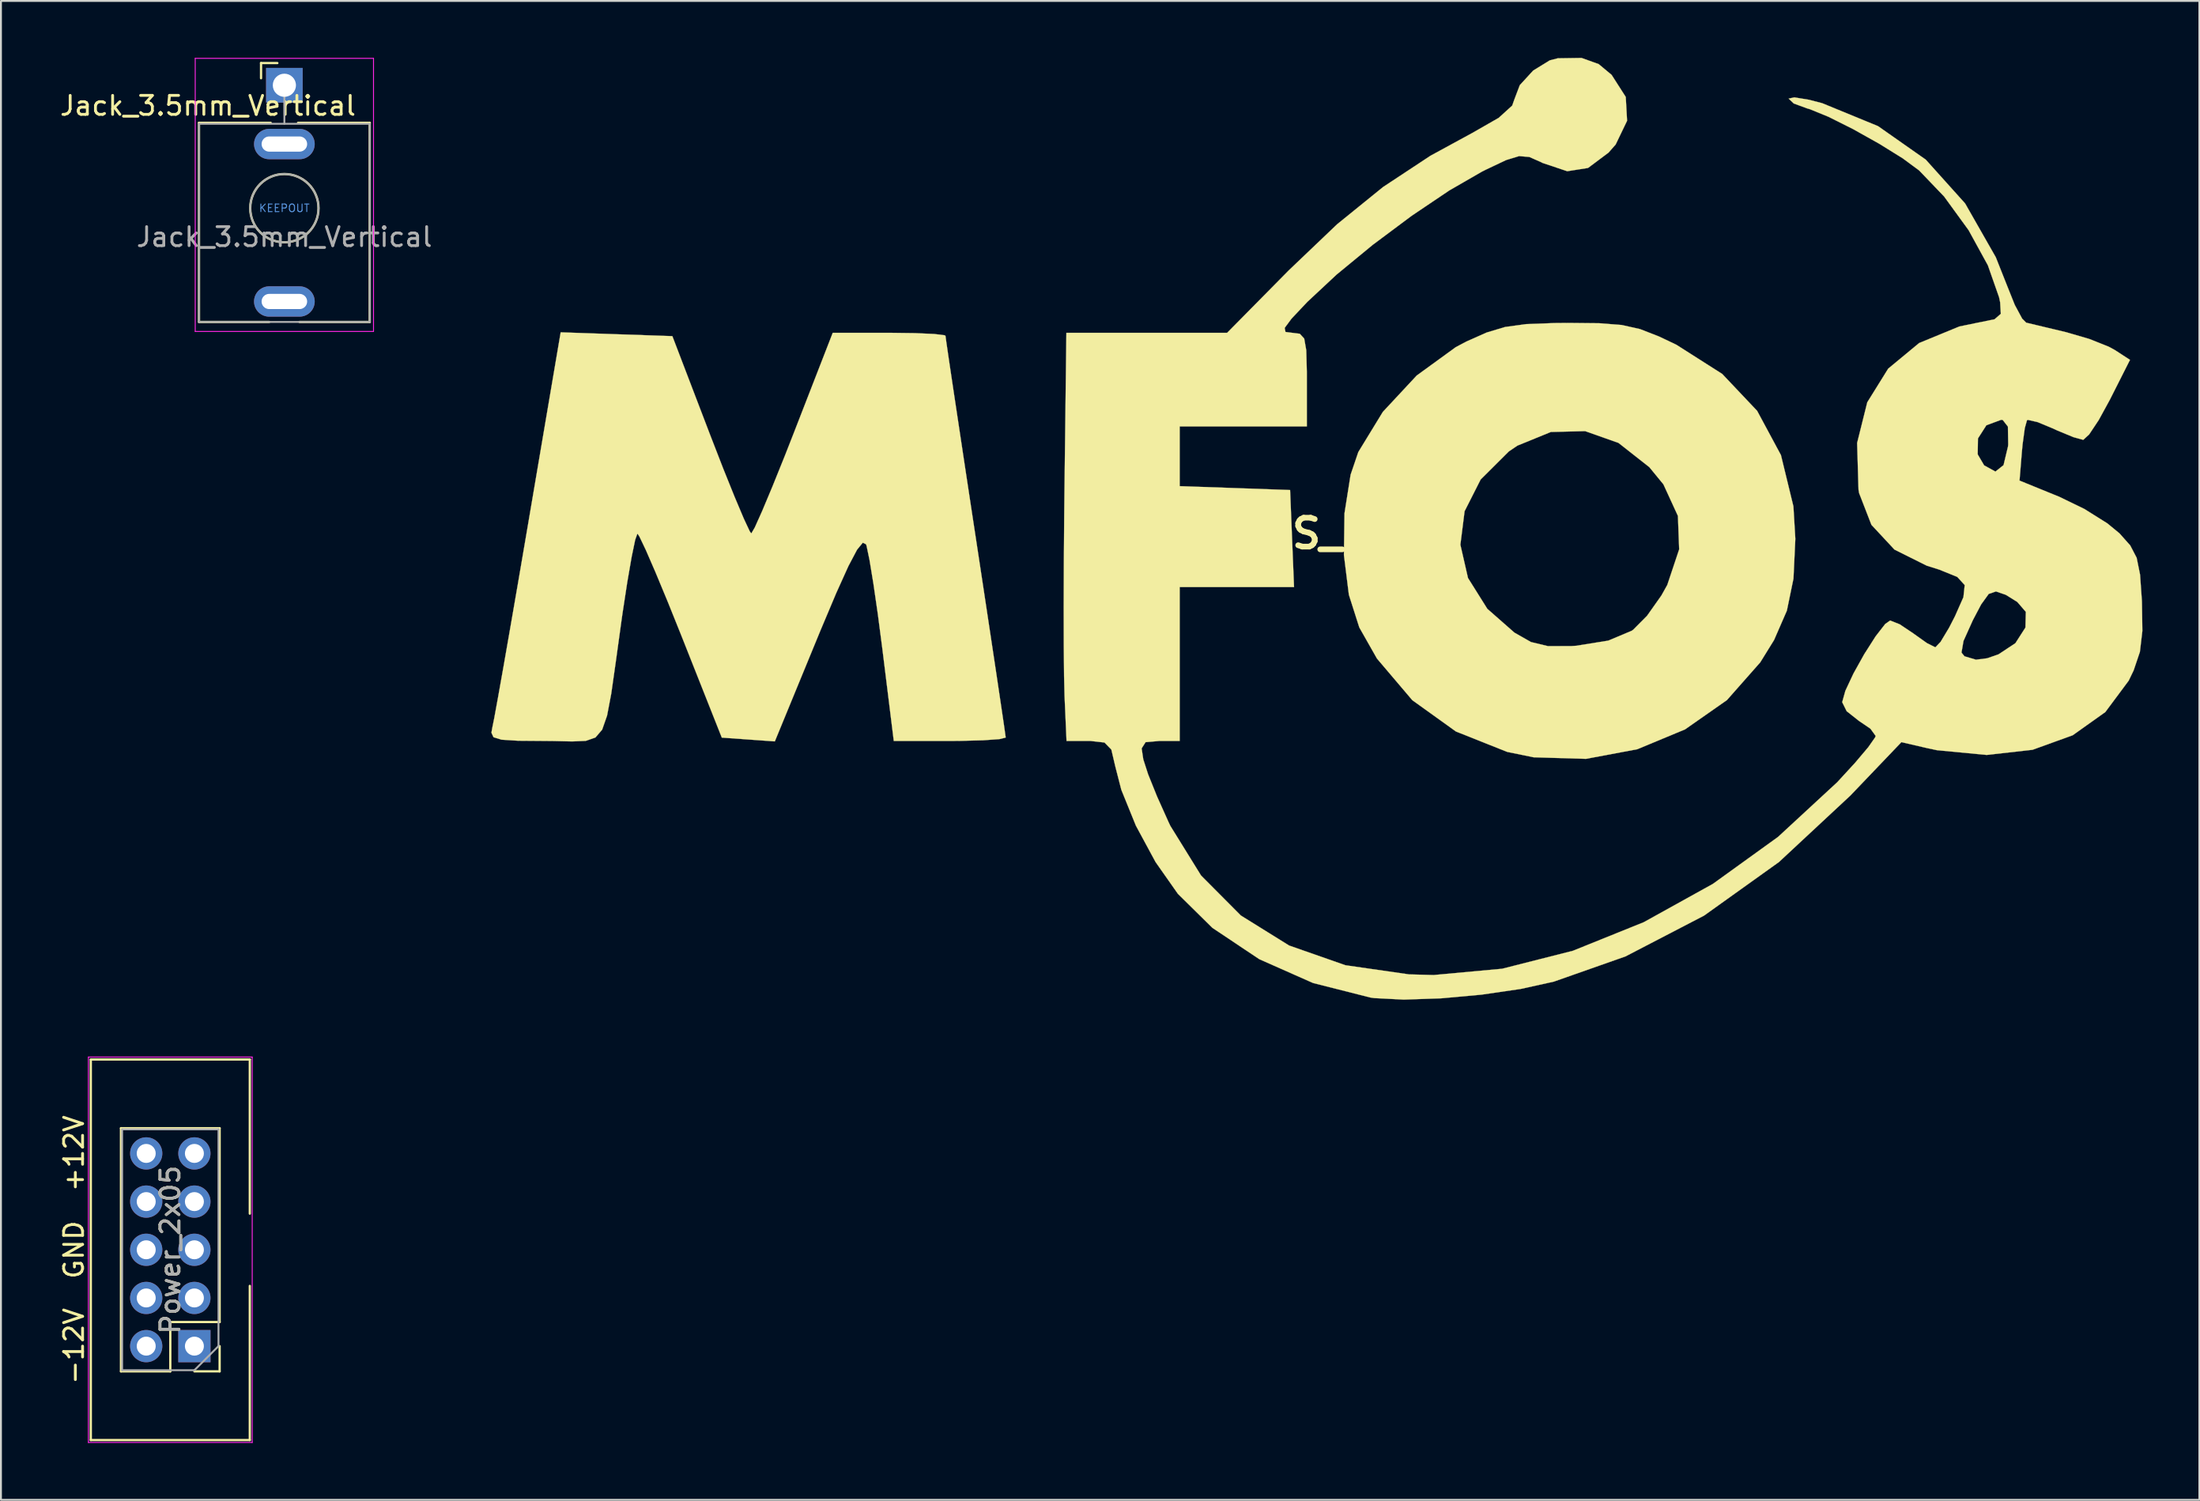
<source format=kicad_pcb>
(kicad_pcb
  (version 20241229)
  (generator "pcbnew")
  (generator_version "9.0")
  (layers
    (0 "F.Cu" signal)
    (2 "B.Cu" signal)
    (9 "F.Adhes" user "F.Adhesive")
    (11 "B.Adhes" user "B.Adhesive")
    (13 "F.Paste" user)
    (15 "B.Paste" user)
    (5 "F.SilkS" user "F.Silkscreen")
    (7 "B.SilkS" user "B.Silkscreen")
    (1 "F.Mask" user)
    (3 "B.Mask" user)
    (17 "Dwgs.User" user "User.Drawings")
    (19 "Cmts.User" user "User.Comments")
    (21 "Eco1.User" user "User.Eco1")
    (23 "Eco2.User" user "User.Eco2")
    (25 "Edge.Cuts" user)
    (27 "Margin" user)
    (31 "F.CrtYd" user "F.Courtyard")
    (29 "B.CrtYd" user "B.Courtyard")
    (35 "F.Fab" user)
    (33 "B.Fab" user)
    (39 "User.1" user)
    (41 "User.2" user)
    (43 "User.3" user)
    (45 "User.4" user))
  (footprint "Power_2x05"
    (layer "F.Cu")
    (at 4.658 57.762)
    (property "Reference" "Power_2x05" (at 1.27 5.08 90) (unlocked yes) (layer "F.SilkS") (effects (font (size 1 1) (thickness 0.15))))
    (attr through_hole)
    (fp_line (start -2.921 -4.953) (end -2.921 15.113) (stroke (width 0.12) (type solid)) (layer "F.SilkS"))
    (fp_line (start -2.921 15.113) (end 5.461 15.113) (stroke (width 0.12) (type solid)) (layer "F.SilkS"))
    (fp_line (start -1.33 11.49) (end -1.33 -1.33) (stroke (width 0.12) (type solid)) (layer "F.SilkS"))
    (fp_line (start 1.27 8.89) (end 1.27 11.49) (stroke (width 0.12) (type solid)) (layer "F.SilkS"))
    (fp_line (start 1.27 11.49) (end -1.33 11.49) (stroke (width 0.12) (type solid)) (layer "F.SilkS"))
    (fp_line (start 3.87 -1.33) (end -1.33 -1.33) (stroke (width 0.12) (type solid)) (layer "F.SilkS"))
    (fp_line (start 3.87 8.89) (end 1.27 8.89) (stroke (width 0.12) (type solid)) (layer "F.SilkS"))
    (fp_line (start 3.87 8.89) (end 3.87 -1.33) (stroke (width 0.12) (type solid)) (layer "F.SilkS"))
    (fp_line (start 3.87 10.16) (end 3.87 11.49) (stroke (width 0.12) (type solid)) (layer "F.SilkS"))
    (fp_line (start 3.87 11.49) (end 2.54 11.49) (stroke (width 0.12) (type solid)) (layer "F.SilkS"))
    (fp_line (start 5.461 -4.953) (end -2.921 -4.953) (stroke (width 0.12) (type solid)) (layer "F.SilkS"))
    (fp_line (start 5.461 3.175) (end 5.461 -4.953) (stroke (width 0.12) (type solid)) (layer "F.SilkS"))
    (fp_line (start 5.461 15.113) (end 5.461 6.985) (stroke (width 0.12) (type solid)) (layer "F.SilkS"))
    (fp_line (start -3.048 -5.08) (end -3.048 15.24) (stroke (width 0.05) (type solid)) (layer "F.CrtYd"))
    (fp_line (start -3.048 15.24) (end 5.588 15.24) (stroke (width 0.05) (type solid)) (layer "F.CrtYd"))
    (fp_line (start 5.588 -5.08) (end -3.048 -5.08) (stroke (width 0.05) (type solid)) (layer "F.CrtYd"))
    (fp_line (start 5.588 15.24) (end 5.588 -5.08) (stroke (width 0.05) (type solid)) (layer "F.CrtYd"))
    (fp_line (start -1.27 -1.27) (end 3.81 -1.27) (stroke (width 0.1) (type solid)) (layer "F.Fab"))
    (fp_line (start -1.27 11.43) (end -1.27 -1.27) (stroke (width 0.1) (type solid)) (layer "F.Fab"))
    (fp_line (start 2.54 11.43) (end -1.27 11.43) (stroke (width 0.1) (type solid)) (layer "F.Fab"))
    (fp_line (start 3.81 -1.27) (end 3.81 10.16) (stroke (width 0.1) (type solid)) (layer "F.Fab"))
    (fp_line (start 3.81 10.16) (end 2.54 11.43) (stroke (width 0.1) (type solid)) (layer "F.Fab"))
    (fp_text user "-12V" (at -3.81 10.16 90) (unlocked yes) (layer "F.SilkS") (effects (font (size 1 1) (thickness 0.15))))
    (fp_text user "+12V" (at -3.81 0 90) (unlocked yes) (layer "F.SilkS") (effects (font (size 1 1) (thickness 0.15))))
    (fp_text user "GND" (at -3.81 5.08 90) (unlocked yes) (layer "F.SilkS") (effects (font (size 1 1) (thickness 0.15))))
    (fp_text user "${REFERENCE}" (at 1.27 5.08 270) (layer "F.Fab") (effects (font (size 1 1) (thickness 0.15))))
    (pad "1" thru_hole rect (at 2.54 10.16 180) (size 1.7 1.7) (drill 1) (layers "*.Cu" "*.Mask"))
    (pad "2" thru_hole oval (at 0 10.16 180) (size 1.7 1.7) (drill 1) (layers "*.Cu" "*.Mask"))
    (pad "3" thru_hole oval (at 2.54 7.62 180) (size 1.7 1.7) (drill 1) (layers "*.Cu" "*.Mask"))
    (pad "4" thru_hole oval (at 0 7.62 180) (size 1.7 1.7) (drill 1) (layers "*.Cu" "*.Mask"))
    (pad "5" thru_hole oval (at 2.54 5.08 180) (size 1.7 1.7) (drill 1) (layers "*.Cu" "*.Mask"))
    (pad "6" thru_hole oval (at 0 5.08 180) (size 1.7 1.7) (drill 1) (layers "*.Cu" "*.Mask"))
    (pad "7" thru_hole oval (at 2.54 2.54 180) (size 1.7 1.7) (drill 1) (layers "*.Cu" "*.Mask"))
    (pad "8" thru_hole oval (at 0 2.54 180) (size 1.7 1.7) (drill 1) (layers "*.Cu" "*.Mask"))
    (pad "9" thru_hole oval (at 2.54 0 180) (size 1.7 1.7) (drill 1) (layers "*.Cu" "*.Mask"))
    (pad "10" thru_hole oval (at 0 0 180) (size 1.7 1.7) (drill 1) (layers "*.Cu" "*.Mask")))
  (footprint "MFOS_logo"
    (layer "F.Cu")
    (at 66.547 25.079)
    (property "Reference" "MFOS_logo" (at 0 0 0) (layer "F.SilkS") (effects (font (size 1.524 1.524) (thickness 0.3))))
    (attr through_hole)
    (fp_poly (pts (xy 14.705 -11.087) (xy 15.89 -10.995) (xy 16.861 -10.778) (xy 17.863 -10.387) (xy 18.778 -9.951) (xy 21.193 -8.413) (xy 23.033 -6.468) (xy 24.288 -4.135) (xy 24.945 -1.434) (xy 25.047 0.28) (xy 24.948 2.38) (xy 24.6 4.068) (xy 23.925 5.616) (xy 23.198 6.791) (xy 21.441 8.782) (xy 19.236 10.325) (xy 16.715 11.373) (xy 14.009 11.88) (xy 11.25 11.798) (xy 9.853 11.512) (xy 7.154 10.437) (xy 4.855 8.787) (xy 2.992 6.593) (xy 2.06 4.95) (xy 1.511 3.229) (xy 1.25 1.134) (xy 1.258 0.592) (xy 7.389 0.592) (xy 7.79 2.344) (xy 8.81 3.97) (xy 10.239 5.226) (xy 11.112 5.722) (xy 12.003 5.936) (xy 13.221 5.935) (xy 13.498 5.917) (xy 15.187 5.646) (xy 16.419 5.128) (xy 16.497 5.074) (xy 17.229 4.338) (xy 17.986 3.267) (xy 18.296 2.712) (xy 18.923 0.833) (xy 18.857 -0.928) (xy 18.092 -2.594) (xy 17.351 -3.498) (xy 15.725 -4.777) (xy 13.965 -5.399) (xy 12.158 -5.354) (xy 10.393 -4.633) (xy 9.936 -4.322) (xy 8.459 -2.85) (xy 7.611 -1.175) (xy 7.389 0.592) (xy 1.258 0.592) (xy 1.28 -1.066) (xy 1.602 -3.1) (xy 2.008 -4.295) (xy 3.301 -6.412) (xy 5.086 -8.329) (xy 7.147 -9.827) (xy 7.711 -10.125) (xy 8.775 -10.598) (xy 9.745 -10.889) (xy 10.858 -11.041) (xy 12.348 -11.097) (xy 13.06 -11.103) (xy 14.705 -11.087)) (stroke (width 0.01) (type solid)) (fill yes) (layer "F.SilkS"))
    (fp_poly (pts (xy -37.097 -10.507) (xy -34.153 -10.407) (xy -32.163 -5.203) (xy -31.476 -3.434) (xy -30.867 -1.923) (xy -30.385 -0.782) (xy -30.076 -0.122) (xy -29.992 -0.003) (xy -29.809 -0.315) (xy -29.422 -1.177) (xy -28.877 -2.477) (xy -28.22 -4.105) (xy -27.753 -5.295) (xy -25.697 -10.583) (xy -22.726 -10.583) (xy -21.378 -10.566) (xy -20.349 -10.52) (xy -19.803 -10.453) (xy -19.756 -10.425) (xy -19.704 -10.049) (xy -19.56 -9.063) (xy -19.335 -7.555) (xy -19.042 -5.61) (xy -18.696 -3.316) (xy -18.308 -0.76) (xy -18.168 0.157) (xy -17.769 2.783) (xy -17.407 5.179) (xy -17.094 7.255) (xy -16.845 8.927) (xy -16.671 10.105) (xy -16.587 10.703) (xy -16.581 10.758) (xy -16.906 10.839) (xy -17.774 10.901) (xy -19.02 10.933) (xy -19.53 10.936) (xy -22.48 10.936) (xy -23.081 6.085) (xy -23.319 4.261) (xy -23.553 2.647) (xy -23.759 1.395) (xy -23.913 0.656) (xy -23.942 0.567) (xy -24.112 0.483) (xy -24.413 0.848) (xy -24.871 1.715) (xy -25.513 3.136) (xy -26.367 5.162) (xy -26.477 5.43) (xy -28.751 10.96) (xy -30.149 10.86) (xy -31.546 10.76) (xy -33.677 5.383) (xy -34.4 3.586) (xy -35.041 2.043) (xy -35.553 0.864) (xy -35.89 0.158) (xy -35.995 0.003) (xy -36.112 0.33) (xy -36.298 1.226) (xy -36.529 2.56) (xy -36.78 4.202) (xy -36.822 4.498) (xy -37.136 6.77) (xy -37.374 8.44) (xy -37.594 9.6) (xy -37.853 10.341) (xy -38.207 10.754) (xy -38.713 10.931) (xy -39.429 10.962) (xy -40.411 10.94) (xy -40.831 10.936) (xy -42.281 10.925) (xy -43.154 10.87) (xy -43.581 10.739) (xy -43.691 10.5) (xy -43.646 10.245) (xy -43.542 9.73) (xy -43.338 8.613) (xy -43.049 6.989) (xy -42.694 4.954) (xy -42.287 2.601) (xy -41.847 0.026) (xy -41.753 -0.527) (xy -40.04 -10.608) (xy -37.097 -10.507)) (stroke (width 0.01) (type solid)) (fill yes) (layer "F.SilkS"))
    (fp_poly (pts (xy 14.68 -24.749) (xy 15.362 -24.181) (xy 16.107 -23.018) (xy 16.177 -21.762) (xy 15.575 -20.51) (xy 15.197 -20.081) (xy 14.118 -19.274) (xy 13.023 -19.102) (xy 11.725 -19.537) (xy 11.628 -19.586) (xy 11.026 -19.853) (xy 10.487 -19.899) (xy 9.797 -19.689) (xy 8.736 -19.186) (xy 8.516 -19.075) (xy 6.806 -18.089) (xy 4.819 -16.751) (xy 2.768 -15.22) (xy 0.864 -13.653) (xy -0.682 -12.21) (xy -0.691 -12.2) (xy -1.512 -11.329) (xy -1.874 -10.84) (xy -1.831 -10.627) (xy -1.485 -10.583) (xy -1.077 -10.532) (xy -0.843 -10.277) (xy -0.736 -9.664) (xy -0.706 -8.542) (xy -0.706 -8.114) (xy -0.706 -5.644) (xy -7.408 -5.644) (xy -7.408 -2.498) (xy -4.498 -2.396) (xy -1.587 -2.293) (xy -1.484 0.265) (xy -1.38 2.822) (xy -7.408 2.822) (xy -7.408 10.936) (xy -8.473 10.936) (xy -9.206 11.001) (xy -9.414 11.33) (xy -9.327 11.906) (xy -9.074 12.69) (xy -8.599 13.869) (xy -7.998 15.208) (xy -7.902 15.411) (xy -6.28 18.032) (xy -4.183 20.14) (xy -1.639 21.722) (xy 1.327 22.761) (xy 4.687 23.244) (xy 5.983 23.278) (xy 9.591 22.946) (xy 13.319 22) (xy 17.059 20.491) (xy 20.701 18.472) (xy 24.136 15.995) (xy 27.252 13.116) (xy 28.184 12.102) (xy 28.891 11.266) (xy 29.255 10.746) (xy 29.281 10.669) (xy 29.003 10.288) (xy 28.399 9.878) (xy 27.753 9.367) (xy 27.517 8.891) (xy 27.685 8.29) (xy 28.112 7.379) (xy 28.682 6.356) (xy 28.734 6.276) (xy 33.806 6.276) (xy 33.963 6.472) (xy 34.569 6.652) (xy 35.165 6.576) (xy 35.763 6.367) (xy 36.647 5.782) (xy 37.177 4.957) (xy 37.198 4.132) (xy 37.197 4.13) (xy 36.748 3.608) (xy 36.142 3.231) (xy 35.624 3.054) (xy 35.243 3.183) (xy 34.843 3.737) (xy 34.405 4.568) (xy 33.912 5.663) (xy 33.806 6.276) (xy 28.734 6.276) (xy 29.279 5.42) (xy 29.785 4.769) (xy 30.045 4.586) (xy 30.551 4.787) (xy 31.277 5.273) (xy 31.301 5.292) (xy 31.988 5.78) (xy 32.422 5.997) (xy 32.433 5.997) (xy 32.706 5.708) (xy 33.152 4.966) (xy 33.465 4.356) (xy 33.908 3.355) (xy 33.976 2.718) (xy 33.582 2.287) (xy 32.637 1.904) (xy 31.974 1.695) (xy 30.273 0.847) (xy 29.058 -0.458) (xy 28.408 -2.133) (xy 28.377 -2.316) (xy 28.322 -4.173) (xy 34.66 -4.173) (xy 35 -3.594) (xy 35.595 -3.266) (xy 36.023 -3.607) (xy 36.259 -4.595) (xy 36.269 -4.702) (xy 36.253 -5.637) (xy 35.978 -5.989) (xy 35.899 -5.997) (xy 35.119 -5.708) (xy 34.674 -5.014) (xy 34.66 -4.173) (xy 28.322 -4.173) (xy 28.304 -4.775) (xy 28.839 -6.919) (xy 29.942 -8.693) (xy 31.574 -10.044) (xy 33.695 -10.916) (xy 34.684 -11.12) (xy 35.548 -11.295) (xy 35.879 -11.583) (xy 35.844 -12.188) (xy 35.788 -12.456) (xy 35.197 -14.142) (xy 34.181 -15.993) (xy 32.892 -17.766) (xy 31.574 -19.142) (xy 30.71 -19.78) (xy 29.475 -20.547) (xy 28.097 -21.319) (xy 26.8 -21.969) (xy 25.812 -22.373) (xy 25.665 -22.415) (xy 24.964 -22.673) (xy 24.694 -22.93) (xy 24.997 -22.995) (xy 25.775 -22.867) (xy 26.465 -22.687) (xy 29.406 -21.479) (xy 31.922 -19.713) (xy 33.997 -17.403) (xy 35.614 -14.567) (xy 36.197 -13.097) (xy 36.616 -12.051) (xy 37.006 -11.327) (xy 37.215 -11.117) (xy 37.743 -10.991) (xy 38.696 -10.764) (xy 39.335 -10.611) (xy 40.535 -10.261) (xy 41.561 -9.853) (xy 41.893 -9.673) (xy 42.688 -9.155) (xy 41.623 -7.047) (xy 41.039 -5.98) (xy 40.534 -5.222) (xy 40.224 -4.939) (xy 39.711 -5.08) (xy 38.864 -5.429) (xy 38.646 -5.531) (xy 37.823 -5.873) (xy 37.312 -5.991) (xy 37.258 -5.972) (xy 37.143 -5.558) (xy 37.026 -4.699) (xy 36.989 -4.306) (xy 36.865 -2.791) (xy 38.965 -1.935) (xy 40.283 -1.295) (xy 41.495 -0.535) (xy 42.133 -0.011) (xy 42.702 0.629) (xy 43.04 1.279) (xy 43.219 2.166) (xy 43.314 3.519) (xy 43.318 3.616) (xy 43.341 5.134) (xy 43.211 6.239) (xy 42.881 7.217) (xy 42.62 7.758) (xy 41.388 9.413) (xy 39.667 10.637) (xy 37.551 11.402) (xy 35.133 11.674) (xy 32.509 11.423) (xy 31.988 11.312) (xy 30.639 10.999) (xy 27.949 13.814) (xy 24.186 17.318) (xy 20.236 20.144) (xy 16.095 22.295) (xy 12.313 23.626) (xy 10.565 24.012) (xy 8.505 24.312) (xy 6.372 24.506) (xy 4.406 24.573) (xy 2.845 24.493) (xy 2.646 24.464) (xy -0.38 23.697) (xy -3.211 22.442) (xy -5.685 20.789) (xy -7.503 18.996) (xy -8.68 17.32) (xy -9.717 15.402) (xy -10.485 13.511) (xy -10.807 12.259) (xy -11.01 11.391) (xy -11.373 11.019) (xy -12.111 10.936) (xy -12.2 10.936) (xy -13.373 10.936) (xy -13.478 8.555) (xy -13.503 7.508) (xy -13.518 5.893) (xy -13.522 3.847) (xy -13.514 1.507) (xy -13.495 -0.989) (xy -13.482 -2.205) (xy -13.381 -10.583) (xy -4.906 -10.583) (xy -1.659 -13.873) (xy 0.891 -16.305) (xy 3.314 -18.269) (xy 5.815 -19.919) (xy 8.026 -21.123) (xy 9.41 -21.916) (xy 10.121 -22.562) (xy 10.231 -22.874) (xy 10.521 -23.639) (xy 11.227 -24.409) (xy 12.102 -24.947) (xy 12.524 -25.056) (xy 13.776 -25.074) (xy 14.68 -24.749)) (stroke (width 0.01) (type solid)) (fill yes) (layer "F.SilkS")))
  (footprint "Jack_3.5mm_Vertical"
    (layer "F.Cu")
    (at 11.941 1.445)
    (property "Reference" "Jack_3.5mm_Vertical" (at -4.03 1.08 180) (layer "F.SilkS") (effects (font (size 1 1) (thickness 0.15))))
    (attr through_hole)
    (fp_line (start -4.5 1.98) (end -4.5 12.48) (stroke (width 0.12) (type solid)) (layer "F.SilkS"))
    (fp_line (start -1.23 -1.17) (end -1.23 -0.37) (stroke (width 0.12) (type solid)) (layer "F.SilkS"))
    (fp_line (start -1.23 -1.17) (end -0.37 -1.17) (stroke (width 0.12) (type solid)) (layer "F.SilkS"))
    (fp_line (start -0.8 12.48) (end -4.5 12.48) (stroke (width 0.12) (type solid)) (layer "F.SilkS"))
    (fp_line (start -0.72 1.98) (end -4.5 1.98) (stroke (width 0.12) (type solid)) (layer "F.SilkS"))
    (fp_line (start 4.5 1.98) (end 0.72 1.98) (stroke (width 0.12) (type solid)) (layer "F.SilkS"))
    (fp_line (start 4.5 1.98) (end 4.5 12.48) (stroke (width 0.12) (type solid)) (layer "F.SilkS"))
    (fp_line (start 4.5 12.48) (end 0.8 12.48) (stroke (width 0.12) (type solid)) (layer "F.SilkS"))
    (fp_circle (center 0 6.48) (end 1.8 6.48) (stroke (width 0.12) (type solid)) (fill no) (layer "F.SilkS"))
    (fp_line (start -4.699 12.98) (end -4.699 -1.42) (stroke (width 0.05) (type solid)) (layer "F.CrtYd"))
    (fp_line (start 4.699 -1.42) (end -4.699 -1.42) (stroke (width 0.05) (type solid)) (layer "F.CrtYd"))
    (fp_line (start 4.699 12.98) (end -4.699 12.98) (stroke (width 0.05) (type solid)) (layer "F.CrtYd"))
    (fp_line (start 4.699 12.98) (end 4.699 -1.42) (stroke (width 0.05) (type solid)) (layer "F.CrtYd"))
    (fp_line (start -4.5 12.48) (end -4.5 2.08) (stroke (width 0.1) (type solid)) (layer "F.Fab"))
    (fp_line (start 0 0) (end 0 2.03) (stroke (width 0.1) (type solid)) (layer "F.Fab"))
    (fp_line (start 4.5 2.03) (end -4.5 2.03) (stroke (width 0.1) (type solid)) (layer "F.Fab"))
    (fp_line (start 4.5 12.48) (end -4.5 12.48) (stroke (width 0.1) (type solid)) (layer "F.Fab"))
    (fp_line (start 4.5 12.48) (end 4.5 2.08) (stroke (width 0.1) (type solid)) (layer "F.Fab"))
    (fp_circle (center 0 6.48) (end 1.8 6.48) (stroke (width 0.1) (type solid)) (fill no) (layer "F.Fab"))
    (fp_text user "KEEPOUT" (at 0 6.48 0) (layer "Cmts.User") (effects (font (size 0.4 0.4) (thickness 0.051))))
    (fp_text user "${REFERENCE}" (at 0 8 180) (layer "F.Fab") (effects (font (size 1 1) (thickness 0.15))))
    (pad "G" thru_hole rect (at 0 0 180) (size 1.93 1.83) (drill 1.22) (layers "*.Cu" "*.Mask"))
    (pad "T1" thru_hole oval (at 0 11.4 180) (size 3.2 1.6) (drill oval 2.4 0.8) (layers "*.Cu" "*.Mask"))
    (pad "TN1" thru_hole oval (at 0 3.1 180) (size 3.2 1.6) (drill oval 2.4 0.8) (layers "*.Cu" "*.Mask"))
    (zone (net_name "") (layer "F.Cu") (hatch full 0.508) (connect_pads) (min_thickness 0.254) (filled_areas_thickness no) (keepout (tracks not_allowed) (vias not_allowed) (pads not_allowed) (copperpour not_allowed) (footprints not_allowed)) (placement (enabled no)) (fill) (polygon (pts (xy 13.446 7.925) (xy 13.426 7.679) (xy 13.366 7.44) (xy 13.267 7.214) (xy 13.133 7.007) (xy 12.967 6.824) (xy 12.774 6.671) (xy 12.558 6.552) (xy 12.325 6.47) (xy 12.082 6.427) (xy 11.836 6.424) (xy 11.592 6.461) (xy 11.357 6.537) (xy 11.139 6.651) (xy 10.941 6.799) (xy 10.771 6.978) (xy 10.632 7.182) (xy 10.528 7.405) (xy 10.462 7.643) (xy 10.436 7.888) (xy 10.45 8.134) (xy 10.504 8.375) (xy 10.597 8.604) (xy 10.726 8.814) (xy 10.888 9) (xy 11.077 9.158) (xy 11.29 9.282) (xy 11.521 9.37) (xy 11.762 9.42) (xy 12.009 9.429) (xy 12.254 9.397) (xy 12.49 9.326) (xy 12.711 9.218) (xy 12.912 9.075) (xy 13.087 8.901) (xy 13.231 8.7) (xy 13.34 8.479) (xy 13.412 8.243) (xy 13.444 7.999)))))
  (gr_rect
    (start -3 -3)
    (end 112.893 76.027)
    (stroke (width 0.1) (type default))
    (fill no)
    (layer "Edge.Cuts")))
</source>
